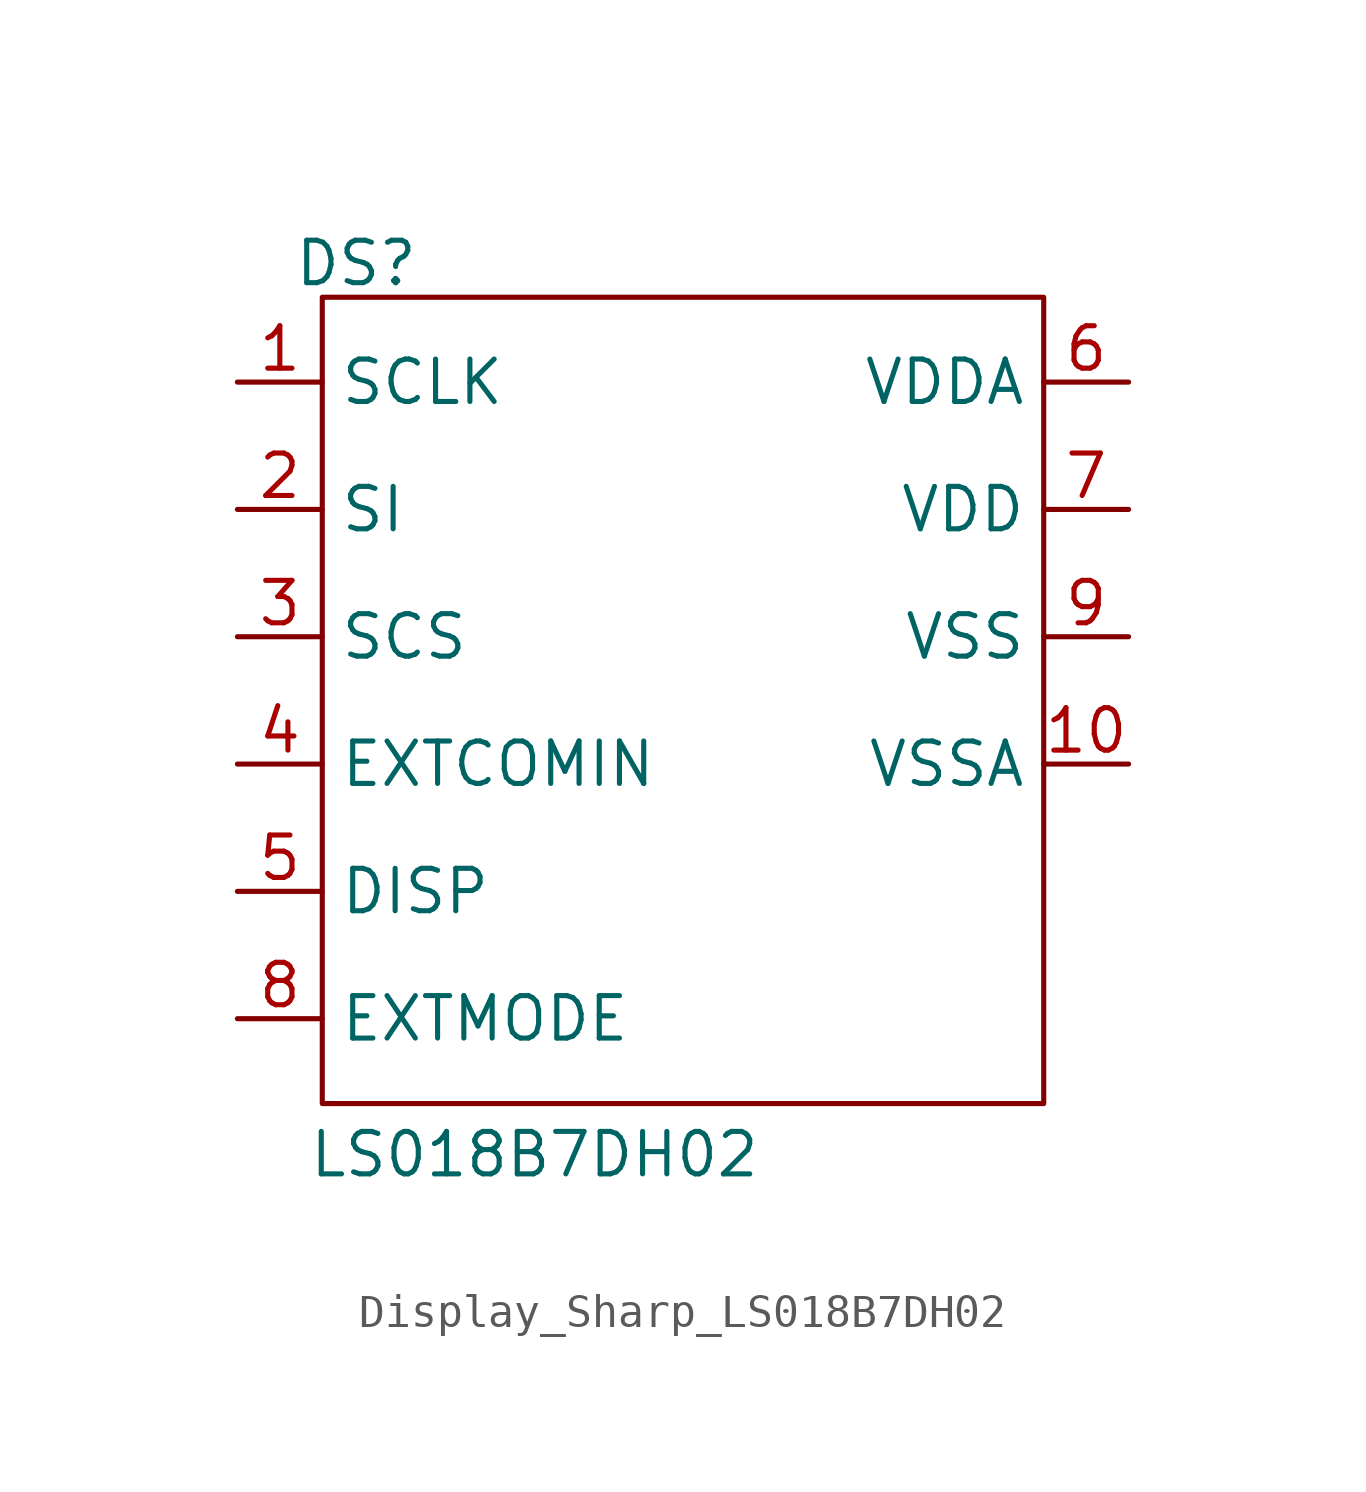
<source format=kicad_sym>
(kicad_symbol_lib
  (version 20241209)
  (generator "kicad_symbol_editor")
  (generator_version "9.0")
  (symbol "Display_Sharp_LS018B7DH02"
    (property "Reference" "DS"
      (at 1.016 -1.524 0)
      (effects (font (size 1.27 1.27))))
    (property "Value" "LS018B7DH02"
      (at 6.35 -28.194 0)
      (effects (font (size 1.27 1.27))))
    (symbol "Display_Sharp_LS018B7DH02_0_1"
      (rectangle (start 0 -2.54) (end 21.59 -26.67) (stroke (width 0) (type default)) (fill (type none))))
    (symbol "Display_Sharp_LS018B7DH02_1_1"
      (pin input line (at -2.54 -5.08 0) (length 2.54) (name "SCLK" (effects (font (size 1.27 1.27)))) (number "1" (effects (font (size 1.27 1.27)))))
      (pin input line (at -2.54 -8.89 0) (length 2.54) (name "SI" (effects (font (size 1.27 1.27)))) (number "2" (effects (font (size 1.27 1.27)))))
      (pin input line (at -2.54 -12.7 0) (length 2.54) (name "SCS" (effects (font (size 1.27 1.27)))) (number "3" (effects (font (size 1.27 1.27)))))
      (pin input line (at -2.54 -16.51 0) (length 2.54) (name "EXTCOMIN" (effects (font (size 1.27 1.27)))) (number "4" (effects (font (size 1.27 1.27)))))
      (pin input line (at -2.54 -20.32 0) (length 2.54) (name "DISP" (effects (font (size 1.27 1.27)))) (number "5" (effects (font (size 1.27 1.27)))))
      (pin input line (at -2.54 -24.13 0) (length 2.54) (name "EXTMODE" (effects (font (size 1.27 1.27)))) (number "8" (effects (font (size 1.27 1.27)))))
      (pin power_in line (at 24.13 -5.08 180) (length 2.54) (name "VDDA" (effects (font (size 1.27 1.27)))) (number "6" (effects (font (size 1.27 1.27)))))
      (pin power_in line (at 24.13 -8.89 180) (length 2.54) (name "VDD" (effects (font (size 1.27 1.27)))) (number "7" (effects (font (size 1.27 1.27)))))
      (pin power_in line (at 24.13 -12.7 180) (length 2.54) (name "VSS" (effects (font (size 1.27 1.27)))) (number "9" (effects (font (size 1.27 1.27)))))
      (pin power_in line (at 24.13 -16.51 180) (length 2.54) (name "VSSA" (effects (font (size 1.27 1.27)))) (number "10" (effects (font (size 1.27 1.27))))))))
</source>
